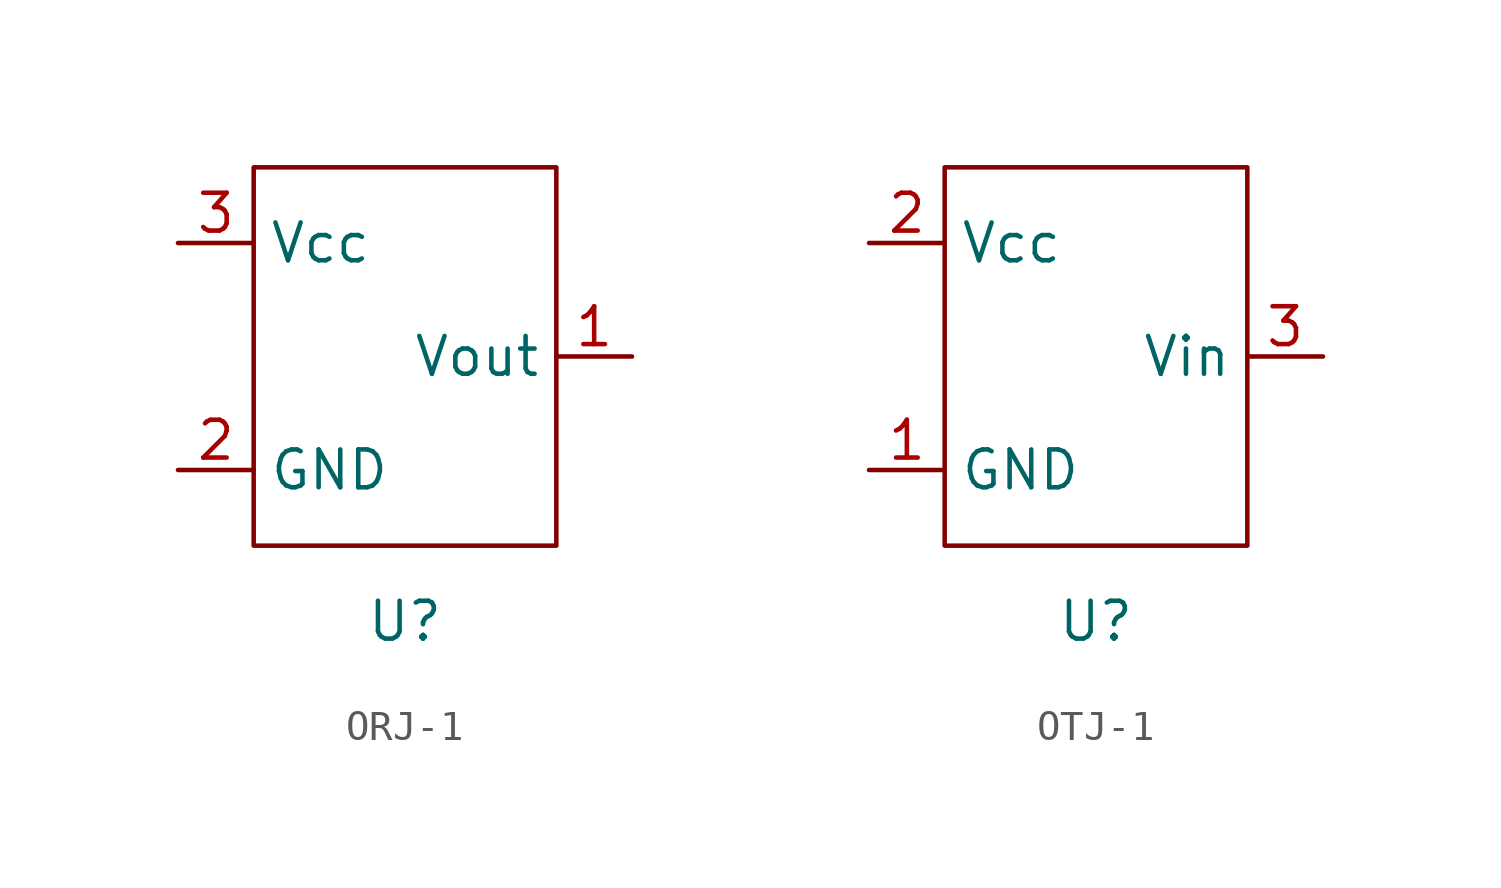
<source format=kicad_sym>
(kicad_symbol_lib
  (version 20220914)
  (generator kicad_symbol_editor)
  (symbol "ORJ-1"
    (property "Reference" "U"
      (at 0 -8.89 0)
      (effects (font (size 1.27 1.27))))
    (property "Value" ""
      (at -1.27 0 0)
      (effects (font (size 1.27 1.27))))
    (symbol "ORJ-1_0_1"
      (rectangle (start -5.08 6.35) (end 5.08 -6.35) (stroke (width 0) (type default)) (fill (type none))))
    (symbol "ORJ-1_1_1"
      (pin output line (at 7.62 0 180) (length 2.54) (name "Vout" (effects (font (size 1.27 1.27)))) (number "1" (effects (font (size 1.27 1.27)))))
      (pin power_in line (at -7.62 -3.81 0) (length 2.54) (name "GND" (effects (font (size 1.27 1.27)))) (number "2" (effects (font (size 1.27 1.27)))))
      (pin power_in line (at -7.62 3.81 0) (length 2.54) (name "Vcc" (effects (font (size 1.27 1.27)))) (number "3" (effects (font (size 1.27 1.27)))))))
  (symbol "OTJ-1"
    (property "Reference" "U"
      (at 0 -8.89 0)
      (effects (font (size 1.27 1.27))))
    (property "Value" ""
      (at 0 0 0)
      (effects (font (size 1.27 1.27))))
    (symbol "OTJ-1_0_1"
      (rectangle (start -5.08 6.35) (end 5.08 -6.35) (stroke (width 0) (type default)) (fill (type none))))
    (symbol "OTJ-1_1_1"
      (pin power_in line (at -7.62 -3.81 0) (length 2.54) (name "GND" (effects (font (size 1.27 1.27)))) (number "1" (effects (font (size 1.27 1.27)))))
      (pin power_in line (at -7.62 3.81 0) (length 2.54) (name "Vcc" (effects (font (size 1.27 1.27)))) (number "2" (effects (font (size 1.27 1.27)))))
      (pin input line (at 7.62 0 180) (length 2.54) (name "Vin" (effects (font (size 1.27 1.27)))) (number "3" (effects (font (size 1.27 1.27))))))))
</source>
